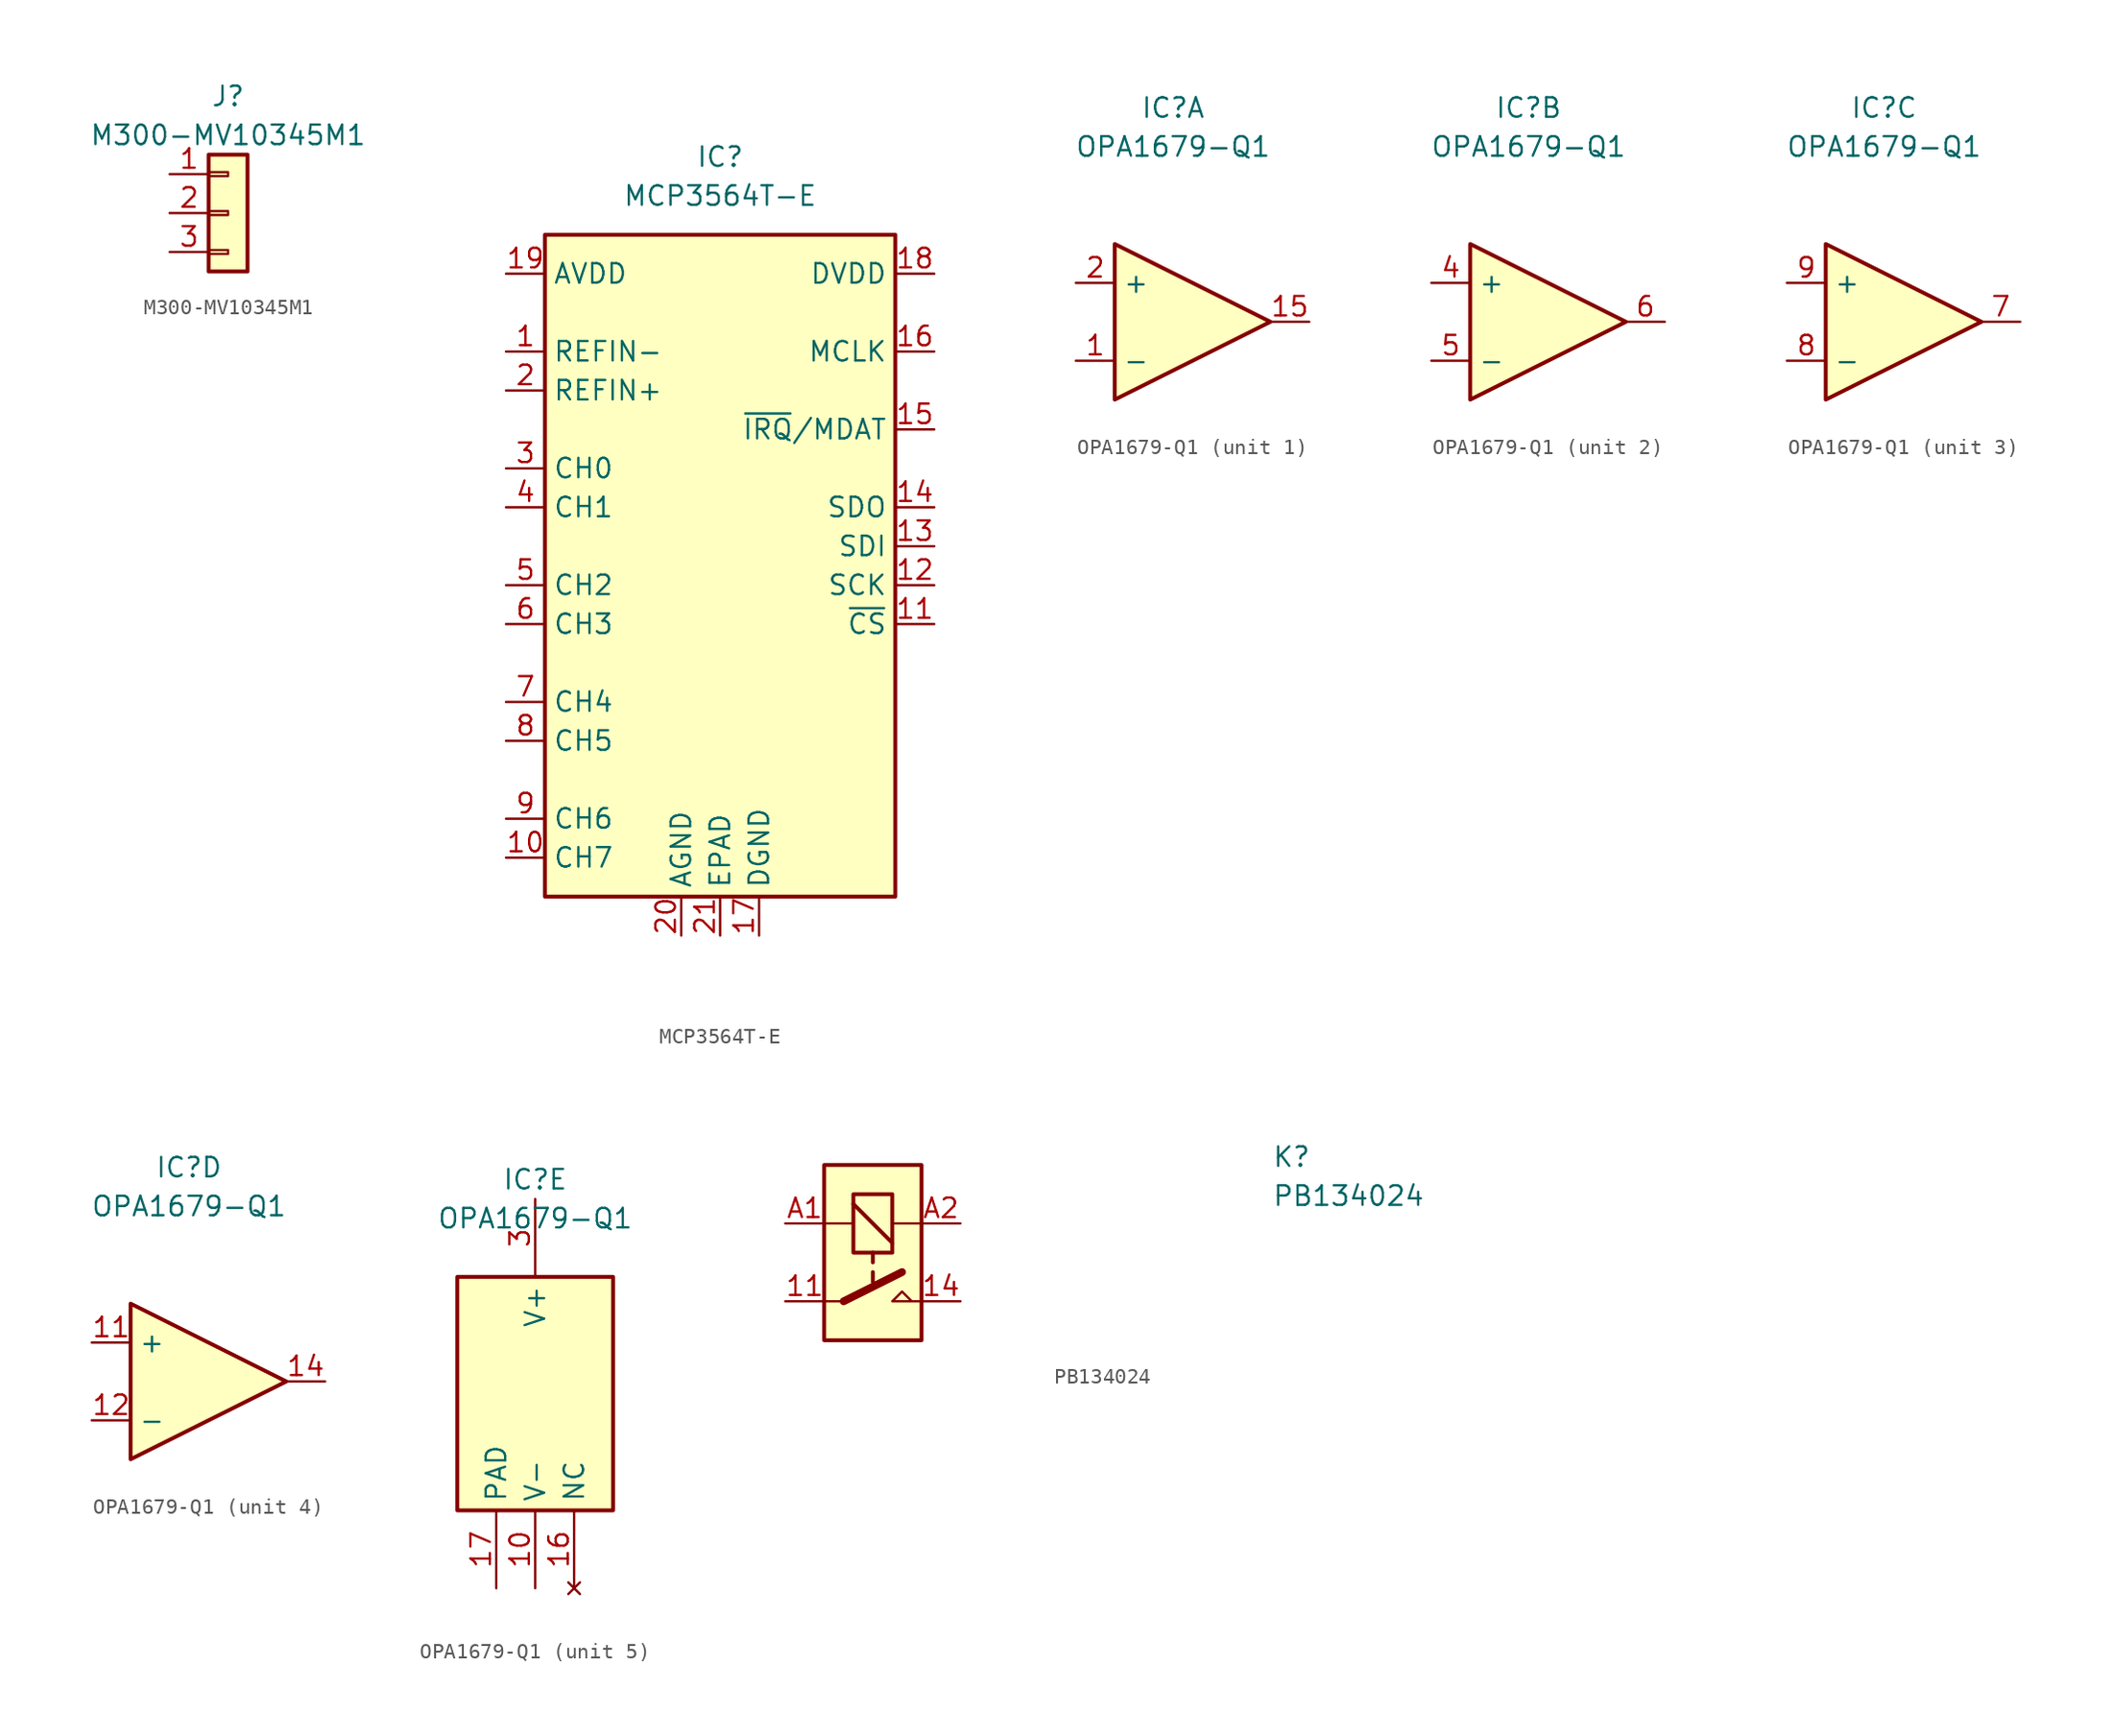
<source format=kicad_sym>
(kicad_symbol_lib
  (version 20241209)
  (generator "kicad_symbol_editor")
  (generator_version "9.0")
  (symbol "M300-MV10345M1"
    (pin_names
      (hide yes))
    (property "Reference" "J"
      (at 0 7.62 0)
      (effects (font (size 1.27 1.27))))
    (property "Value" "M300-MV10345M1"
      (at 0 5.08 0)
      (effects (font (size 1.27 1.27))))
    (symbol "M300-MV10345M1_1_1"
      (rectangle (start -1.27 3.81) (end 1.27 -3.81) (stroke (width 0.254) (type default)) (fill (type background)))
      (rectangle (start -1.27 2.667) (end 0 2.413) (stroke (width 0.152) (type default)) (fill (type none)))
      (rectangle (start -1.27 0.127) (end 0 -0.127) (stroke (width 0.152) (type default)) (fill (type none)))
      (rectangle (start -1.27 -2.413) (end 0 -2.667) (stroke (width 0.152) (type default)) (fill (type none)))
      (pin passive line (at -3.81 2.54 0) (length 2.54) (name "Pin_1" (effects (font (size 1.27 1.27)))) (number "1" (effects (font (size 1.27 1.27)))))
      (pin passive line (at -3.81 0 0) (length 2.54) (name "Pin_2" (effects (font (size 1.27 1.27)))) (number "2" (effects (font (size 1.27 1.27)))))
      (pin passive line (at -3.81 -2.54 0) (length 2.54) (name "Pin_3" (effects (font (size 1.27 1.27)))) (number "3" (effects (font (size 1.27 1.27)))))))
  (symbol "MCP3564T-E"
    (property "Reference" "IC"
      (at 0 26.67 0)
      (effects (font (size 1.27 1.27))))
    (property "Value" "MCP3564T-E"
      (at 0 24.13 0)
      (effects (font (size 1.27 1.27))))
    (symbol "MCP3564T-E_1_1"
      (rectangle (start -11.43 21.59) (end 11.43 -21.59) (stroke (width 0.254) (type default)) (fill (type background)))
      (pin passive line (at -13.97 19.05 0) (length 2.54) (name "AVDD" (effects (font (size 1.27 1.27)))) (number "19" (effects (font (size 1.27 1.27)))))
      (pin passive line (at -13.97 13.97 0) (length 2.54) (name "REFIN-" (effects (font (size 1.27 1.27)))) (number "1" (effects (font (size 1.27 1.27)))))
      (pin passive line (at -13.97 11.43 0) (length 2.54) (name "REFIN+" (effects (font (size 1.27 1.27)))) (number "2" (effects (font (size 1.27 1.27)))))
      (pin passive line (at -13.97 6.35 0) (length 2.54) (name "CH0" (effects (font (size 1.27 1.27)))) (number "3" (effects (font (size 1.27 1.27)))))
      (pin passive line (at -13.97 3.81 0) (length 2.54) (name "CH1" (effects (font (size 1.27 1.27)))) (number "4" (effects (font (size 1.27 1.27)))))
      (pin passive line (at -13.97 -1.27 0) (length 2.54) (name "CH2" (effects (font (size 1.27 1.27)))) (number "5" (effects (font (size 1.27 1.27)))))
      (pin passive line (at -13.97 -3.81 0) (length 2.54) (name "CH3" (effects (font (size 1.27 1.27)))) (number "6" (effects (font (size 1.27 1.27)))))
      (pin passive line (at -13.97 -8.89 0) (length 2.54) (name "CH4" (effects (font (size 1.27 1.27)))) (number "7" (effects (font (size 1.27 1.27)))))
      (pin passive line (at -13.97 -11.43 0) (length 2.54) (name "CH5" (effects (font (size 1.27 1.27)))) (number "8" (effects (font (size 1.27 1.27)))))
      (pin passive line (at -13.97 -16.51 0) (length 2.54) (name "CH6" (effects (font (size 1.27 1.27)))) (number "9" (effects (font (size 1.27 1.27)))))
      (pin passive line (at -13.97 -19.05 0) (length 2.54) (name "CH7" (effects (font (size 1.27 1.27)))) (number "10" (effects (font (size 1.27 1.27)))))
      (pin passive line (at -2.54 -24.13 90) (length 2.54) (name "AGND" (effects (font (size 1.27 1.27)))) (number "20" (effects (font (size 1.27 1.27)))))
      (pin passive line (at 0 -24.13 90) (length 2.54) (name "EPAD" (effects (font (size 1.27 1.27)))) (number "21" (effects (font (size 1.27 1.27)))))
      (pin passive line (at 2.54 -24.13 90) (length 2.54) (name "DGND" (effects (font (size 1.27 1.27)))) (number "17" (effects (font (size 1.27 1.27)))))
      (pin passive line (at 13.97 19.05 180) (length 2.54) (name "DVDD" (effects (font (size 1.27 1.27)))) (number "18" (effects (font (size 1.27 1.27)))))
      (pin passive line (at 13.97 13.97 180) (length 2.54) (name "MCLK" (effects (font (size 1.27 1.27)))) (number "16" (effects (font (size 1.27 1.27)))))
      (pin passive line (at 13.97 8.89 180) (length 2.54) (name "~{IRQ}/MDAT" (effects (font (size 1.27 1.27)))) (number "15" (effects (font (size 1.27 1.27)))))
      (pin passive line (at 13.97 3.81 180) (length 2.54) (name "SDO" (effects (font (size 1.27 1.27)))) (number "14" (effects (font (size 1.27 1.27)))))
      (pin passive line (at 13.97 1.27 180) (length 2.54) (name "SDI" (effects (font (size 1.27 1.27)))) (number "13" (effects (font (size 1.27 1.27)))))
      (pin passive line (at 13.97 -1.27 180) (length 2.54) (name "SCK" (effects (font (size 1.27 1.27)))) (number "12" (effects (font (size 1.27 1.27)))))
      (pin passive line (at 13.97 -3.81 180) (length 2.54) (name "~{CS}" (effects (font (size 1.27 1.27)))) (number "11" (effects (font (size 1.27 1.27)))))))
  (symbol "OPA1679-Q1"
    (property "Reference" "IC"
      (at 0 13.97 0)
      (effects (font (size 1.27 1.27))))
    (property "Value" "OPA1679-Q1"
      (at 0 11.43 0)
      (effects (font (size 1.27 1.27))))
    (property "ki_locked" ""
      (at 0 0 0)
      (effects (font (size 1.27 1.27))))
    (symbol "OPA1679-Q1_1_1"
      (polyline (pts (xy -3.81 5.08) (xy 6.35 0) (xy -3.81 -5.08) (xy -3.81 5.08)) (stroke (width 0.254) (type default)) (fill (type background)))
      (pin input line (at -6.35 2.54 0) (length 2.54) (name "+" (effects (font (size 1.27 1.27)))) (number "2" (effects (font (size 1.27 1.27)))))
      (pin input line (at -6.35 -2.54 0) (length 2.54) (name "-" (effects (font (size 1.27 1.27)))) (number "1" (effects (font (size 1.27 1.27)))))
      (pin output line (at 8.89 0 180) (length 2.54) (name "~" (effects (font (size 1.27 1.27)))) (number "15" (effects (font (size 1.27 1.27))))))
    (symbol "OPA1679-Q1_2_1"
      (polyline (pts (xy -3.81 5.08) (xy 6.35 0) (xy -3.81 -5.08) (xy -3.81 5.08)) (stroke (width 0.254) (type default)) (fill (type background)))
      (pin input line (at -6.35 2.54 0) (length 2.54) (name "+" (effects (font (size 1.27 1.27)))) (number "4" (effects (font (size 1.27 1.27)))))
      (pin input line (at -6.35 -2.54 0) (length 2.54) (name "-" (effects (font (size 1.27 1.27)))) (number "5" (effects (font (size 1.27 1.27)))))
      (pin output line (at 8.89 0 180) (length 2.54) (name "~" (effects (font (size 1.27 1.27)))) (number "6" (effects (font (size 1.27 1.27))))))
    (symbol "OPA1679-Q1_3_1"
      (polyline (pts (xy -3.81 5.08) (xy 6.35 0) (xy -3.81 -5.08) (xy -3.81 5.08)) (stroke (width 0.254) (type default)) (fill (type background)))
      (pin input line (at -6.35 2.54 0) (length 2.54) (name "+" (effects (font (size 1.27 1.27)))) (number "9" (effects (font (size 1.27 1.27)))))
      (pin input line (at -6.35 -2.54 0) (length 2.54) (name "-" (effects (font (size 1.27 1.27)))) (number "8" (effects (font (size 1.27 1.27)))))
      (pin output line (at 8.89 0 180) (length 2.54) (name "~" (effects (font (size 1.27 1.27)))) (number "7" (effects (font (size 1.27 1.27))))))
    (symbol "OPA1679-Q1_4_1"
      (polyline (pts (xy -3.81 5.08) (xy 6.35 0) (xy -3.81 -5.08) (xy -3.81 5.08)) (stroke (width 0.254) (type default)) (fill (type background)))
      (pin input line (at -6.35 2.54 0) (length 2.54) (name "+" (effects (font (size 1.27 1.27)))) (number "11" (effects (font (size 1.27 1.27)))))
      (pin input line (at -6.35 -2.54 0) (length 2.54) (name "-" (effects (font (size 1.27 1.27)))) (number "12" (effects (font (size 1.27 1.27)))))
      (pin output line (at 8.89 0 180) (length 2.54) (name "~" (effects (font (size 1.27 1.27)))) (number "14" (effects (font (size 1.27 1.27))))))
    (symbol "OPA1679-Q1_5_0"
      (pin passive line (at -2.54 -12.7 90) (length 5.08) (name "PAD" (effects (font (size 1.27 1.27)))) (number "17" (effects (font (size 1.27 1.27)))))
      (pin power_in line (at 0 12.7 270) (length 5.08) (name "V+" (effects (font (size 1.27 1.27)))) (number "3" (effects (font (size 1.27 1.27)))))
      (pin power_in line (at 0 -12.7 90) (length 5.08) (name "V-" (effects (font (size 1.27 1.27)))) (number "10" (effects (font (size 1.27 1.27)))))
      (pin no_connect line (at 2.54 -12.7 90) (length 5.08) (hide yes) (name "NC" (effects (font (size 1.27 1.27)))) (number "13" (effects (font (size 1.27 1.27)))))
      (pin no_connect line (at 2.54 -12.7 90) (length 5.08) (name "NC" (effects (font (size 1.27 1.27)))) (number "16" (effects (font (size 1.27 1.27))))))
    (symbol "OPA1679-Q1_5_1"
      (rectangle (start -5.08 7.62) (end 5.08 -7.62) (stroke (width 0.254) (type default)) (fill (type background)))))
  (symbol "PB134024"
    (pin_names
      (hide yes))
    (property "Reference" "K"
      (at 26.67 7.62 0)
      (effects (font (size 1.27 1.27)) (justify left top)))
    (property "Value" "PB134024"
      (at 26.67 5.08 0)
      (effects (font (size 1.27 1.27)) (justify left top)))
    (symbol "PB134024_0_0"
      (polyline (pts (xy 3.81 -2.54) (xy 1.905 -2.54) (xy 2.54 -1.905) (xy 3.175 -2.54)) (stroke (width 0) (type default)) (fill (type none))))
    (symbol "PB134024_0_1"
      (rectangle (start -2.54 6.35) (end 3.81 -5.08) (stroke (width 0.254) (type default)) (fill (type background)))
      (polyline (pts (xy -1.27 -2.54) (xy -2.54 -2.54)) (stroke (width 0) (type default)) (fill (type none)))
      (polyline (pts (xy -1.27 -2.54) (xy 2.54 -0.635)) (stroke (width 0.508) (type default)) (fill (type none)))
      (rectangle (start -0.635 4.445) (end 1.905 0.635) (stroke (width 0.254) (type default)) (fill (type none)))
      (polyline (pts (xy -0.635 3.81) (xy 1.905 1.27)) (stroke (width 0.254) (type default)) (fill (type none)))
      (polyline (pts (xy -0.635 2.54) (xy -2.54 2.54)) (stroke (width 0) (type default)) (fill (type none)))
      (polyline (pts (xy 0.635 0.635) (xy 0.635 0)) (stroke (width 0.254) (type default)) (fill (type none)))
      (polyline (pts (xy 0.635 -0.635) (xy 0.635 -1.27)) (stroke (width 0.254) (type default)) (fill (type none)))
      (polyline (pts (xy 3.81 2.54) (xy 1.905 2.54)) (stroke (width 0) (type default)) (fill (type none))))
    (symbol "PB134024_1_1"
      (pin passive line (at -5.08 2.54 0) (length 2.54) (name "COIL_1" (effects (font (size 1.27 1.27)))) (number "A1" (effects (font (size 1.27 1.27)))))
      (pin passive line (at -5.08 -2.54 0) (length 2.54) (name "COM" (effects (font (size 1.27 1.27)))) (number "11" (effects (font (size 1.27 1.27)))))
      (pin passive line (at 6.35 2.54 180) (length 2.54) (name "COIL_2" (effects (font (size 1.27 1.27)))) (number "A2" (effects (font (size 1.27 1.27)))))
      (pin passive line (at 6.35 -2.54 180) (length 2.54) (name "NO" (effects (font (size 1.27 1.27)))) (number "14" (effects (font (size 1.27 1.27))))))))
</source>
